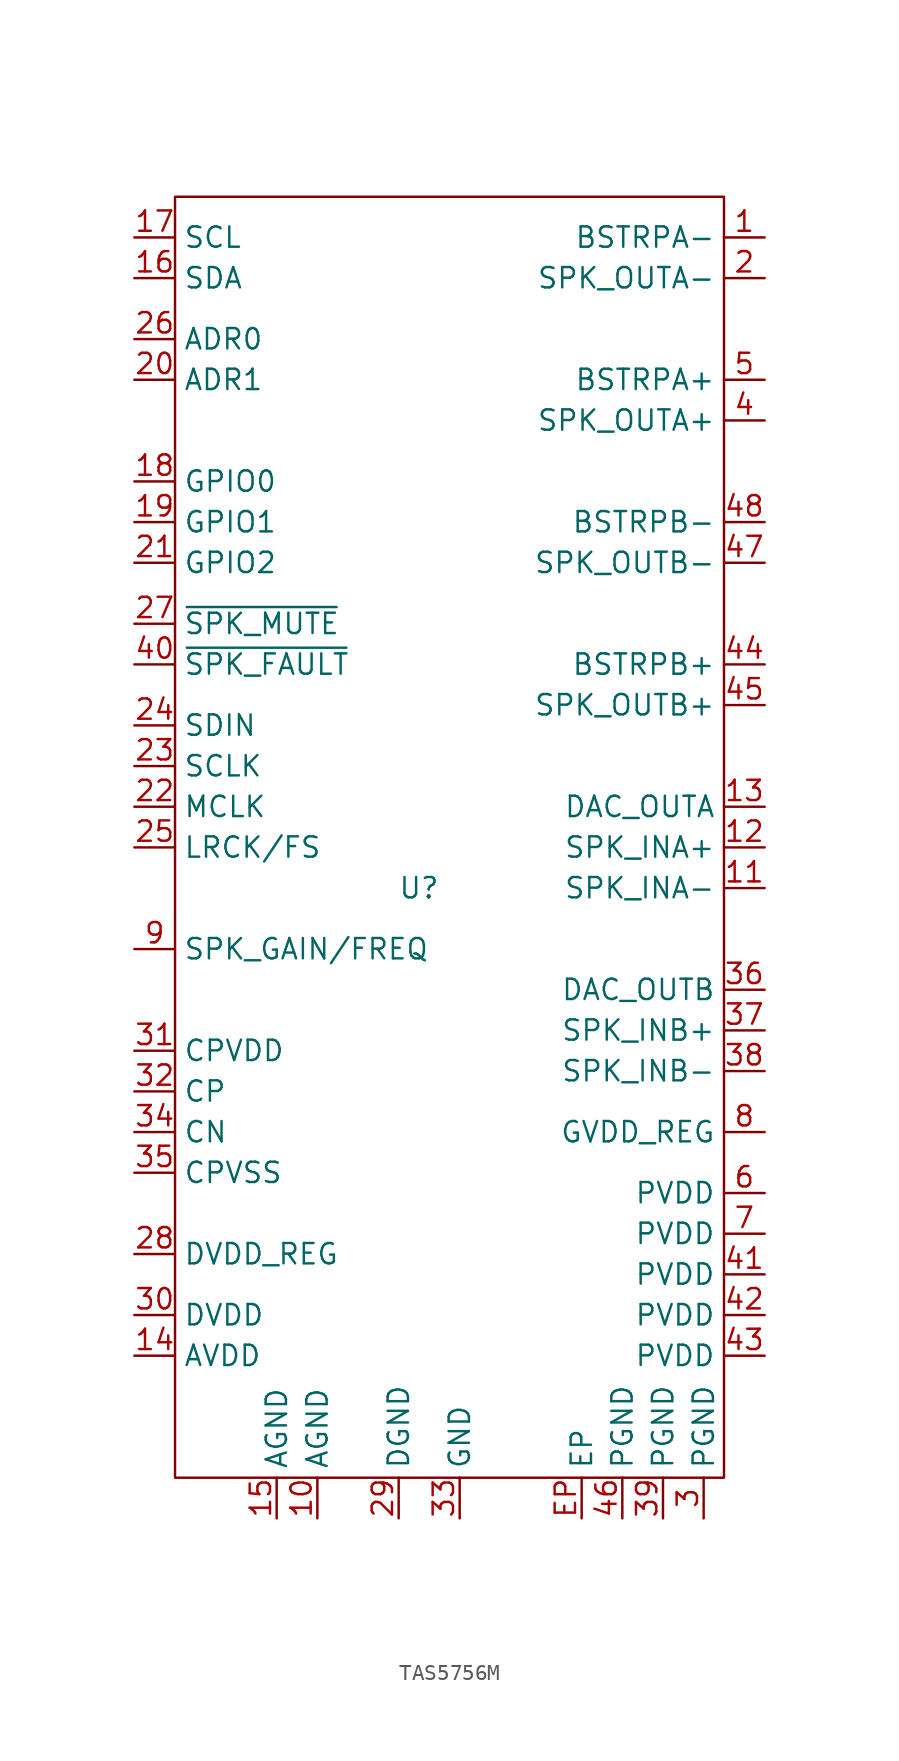
<source format=kicad_sym>
(kicad_symbol_lib
  (version 20231120)
  (generator "kicad_symbol_editor")
  (generator_version "8.0")
  (symbol "TAS5756M"
    (property "Reference" "U"
      (at 0 0 0)
      (effects (font (size 1.27 1.27))))
    (property "Value" ""
      (at 0 0 0)
      (effects (font (size 1.27 1.27))))
    (symbol "TAS5756M_0_1"
      (polyline (pts (xy -15.24 43.18) (xy -15.24 -36.83) (xy 19.05 -36.83) (xy 19.05 43.18) (xy -15.24 43.18)) (stroke (width 0) (type default)) (fill (type none))))
    (symbol "TAS5756M_1_1"
      (pin power_in line (at 21.59 40.64 180) (length 2.54) (name "BSTRPA-" (effects (font (size 1.27 1.27)))) (number "1" (effects (font (size 1.27 1.27)))))
      (pin power_in line (at -6.35 -39.37 90) (length 2.54) (name "AGND" (effects (font (size 1.27 1.27)))) (number "10" (effects (font (size 1.27 1.27)))))
      (pin input line (at 21.59 0 180) (length 2.54) (name "SPK_INA-" (effects (font (size 1.27 1.27)))) (number "11" (effects (font (size 1.27 1.27)))))
      (pin input line (at 21.59 2.54 180) (length 2.54) (name "SPK_INA+" (effects (font (size 1.27 1.27)))) (number "12" (effects (font (size 1.27 1.27)))))
      (pin output line (at 21.59 5.08 180) (length 2.54) (name "DAC_OUTA" (effects (font (size 1.27 1.27)))) (number "13" (effects (font (size 1.27 1.27)))))
      (pin power_in line (at -17.78 -29.21 0) (length 2.54) (name "AVDD" (effects (font (size 1.27 1.27)))) (number "14" (effects (font (size 1.27 1.27)))))
      (pin power_in line (at -8.89 -39.37 90) (length 2.54) (name "AGND" (effects (font (size 1.27 1.27)))) (number "15" (effects (font (size 1.27 1.27)))))
      (pin bidirectional line (at -17.78 38.1 0) (length 2.54) (name "SDA" (effects (font (size 1.27 1.27)))) (number "16" (effects (font (size 1.27 1.27)))))
      (pin input line (at -17.78 40.64 0) (length 2.54) (name "SCL" (effects (font (size 1.27 1.27)))) (number "17" (effects (font (size 1.27 1.27)))))
      (pin bidirectional line (at -17.78 25.4 0) (length 2.54) (name "GPIO0" (effects (font (size 1.27 1.27)))) (number "18" (effects (font (size 1.27 1.27)))))
      (pin bidirectional line (at -17.78 22.86 0) (length 2.54) (name "GPIO1" (effects (font (size 1.27 1.27)))) (number "19" (effects (font (size 1.27 1.27)))))
      (pin output line (at 21.59 38.1 180) (length 2.54) (name "SPK_OUTA-" (effects (font (size 1.27 1.27)))) (number "2" (effects (font (size 1.27 1.27)))))
      (pin input line (at -17.78 31.75 0) (length 2.54) (name "ADR1" (effects (font (size 1.27 1.27)))) (number "20" (effects (font (size 1.27 1.27)))))
      (pin bidirectional line (at -17.78 20.32 0) (length 2.54) (name "GPIO2" (effects (font (size 1.27 1.27)))) (number "21" (effects (font (size 1.27 1.27)))))
      (pin input line (at -17.78 5.08 0) (length 2.54) (name "MCLK" (effects (font (size 1.27 1.27)))) (number "22" (effects (font (size 1.27 1.27)))))
      (pin bidirectional line (at -17.78 7.62 0) (length 2.54) (name "SCLK" (effects (font (size 1.27 1.27)))) (number "23" (effects (font (size 1.27 1.27)))))
      (pin input line (at -17.78 10.16 0) (length 2.54) (name "SDIN" (effects (font (size 1.27 1.27)))) (number "24" (effects (font (size 1.27 1.27)))))
      (pin bidirectional line (at -17.78 2.54 0) (length 2.54) (name "LRCK/FS" (effects (font (size 1.27 1.27)))) (number "25" (effects (font (size 1.27 1.27)))))
      (pin input line (at -17.78 34.29 0) (length 2.54) (name "ADR0" (effects (font (size 1.27 1.27)))) (number "26" (effects (font (size 1.27 1.27)))))
      (pin input line (at -17.78 16.51 0) (length 2.54) (name "~{SPK_MUTE}" (effects (font (size 1.27 1.27)))) (number "27" (effects (font (size 1.27 1.27)))))
      (pin power_in line (at -17.78 -22.86 0) (length 2.54) (name "DVDD_REG" (effects (font (size 1.27 1.27)))) (number "28" (effects (font (size 1.27 1.27)))))
      (pin power_in line (at -1.27 -39.37 90) (length 2.54) (name "DGND" (effects (font (size 1.27 1.27)))) (number "29" (effects (font (size 1.27 1.27)))))
      (pin power_in line (at 17.78 -39.37 90) (length 2.54) (name "PGND" (effects (font (size 1.27 1.27)))) (number "3" (effects (font (size 1.27 1.27)))))
      (pin power_in line (at -17.78 -26.67 0) (length 2.54) (name "DVDD" (effects (font (size 1.27 1.27)))) (number "30" (effects (font (size 1.27 1.27)))))
      (pin power_in line (at -17.78 -10.16 0) (length 2.54) (name "CPVDD" (effects (font (size 1.27 1.27)))) (number "31" (effects (font (size 1.27 1.27)))))
      (pin power_in line (at -17.78 -12.7 0) (length 2.54) (name "CP" (effects (font (size 1.27 1.27)))) (number "32" (effects (font (size 1.27 1.27)))))
      (pin power_in line (at 2.54 -39.37 90) (length 2.54) (name "GND" (effects (font (size 1.27 1.27)))) (number "33" (effects (font (size 1.27 1.27)))))
      (pin power_in line (at -17.78 -15.24 0) (length 2.54) (name "CN" (effects (font (size 1.27 1.27)))) (number "34" (effects (font (size 1.27 1.27)))))
      (pin power_in line (at -17.78 -17.78 0) (length 2.54) (name "CPVSS" (effects (font (size 1.27 1.27)))) (number "35" (effects (font (size 1.27 1.27)))))
      (pin output line (at 21.59 -6.35 180) (length 2.54) (name "DAC_OUTB" (effects (font (size 1.27 1.27)))) (number "36" (effects (font (size 1.27 1.27)))))
      (pin input line (at 21.59 -8.89 180) (length 2.54) (name "SPK_INB+" (effects (font (size 1.27 1.27)))) (number "37" (effects (font (size 1.27 1.27)))))
      (pin input line (at 21.59 -11.43 180) (length 2.54) (name "SPK_INB-" (effects (font (size 1.27 1.27)))) (number "38" (effects (font (size 1.27 1.27)))))
      (pin power_in line (at 15.24 -39.37 90) (length 2.54) (name "PGND" (effects (font (size 1.27 1.27)))) (number "39" (effects (font (size 1.27 1.27)))))
      (pin output line (at 21.59 29.21 180) (length 2.54) (name "SPK_OUTA+" (effects (font (size 1.27 1.27)))) (number "4" (effects (font (size 1.27 1.27)))))
      (pin open_collector line (at -17.78 13.97 0) (length 2.54) (name "~{SPK_FAULT}" (effects (font (size 1.27 1.27)))) (number "40" (effects (font (size 1.27 1.27)))))
      (pin power_in line (at 21.59 -24.13 180) (length 2.54) (name "PVDD" (effects (font (size 1.27 1.27)))) (number "41" (effects (font (size 1.27 1.27)))))
      (pin power_in line (at 21.59 -26.67 180) (length 2.54) (name "PVDD" (effects (font (size 1.27 1.27)))) (number "42" (effects (font (size 1.27 1.27)))))
      (pin power_in line (at 21.59 -29.21 180) (length 2.54) (name "PVDD" (effects (font (size 1.27 1.27)))) (number "43" (effects (font (size 1.27 1.27)))))
      (pin power_in line (at 21.59 13.97 180) (length 2.54) (name "BSTRPB+" (effects (font (size 1.27 1.27)))) (number "44" (effects (font (size 1.27 1.27)))))
      (pin output line (at 21.59 11.43 180) (length 2.54) (name "SPK_OUTB+" (effects (font (size 1.27 1.27)))) (number "45" (effects (font (size 1.27 1.27)))))
      (pin power_in line (at 12.7 -39.37 90) (length 2.54) (name "PGND" (effects (font (size 1.27 1.27)))) (number "46" (effects (font (size 1.27 1.27)))))
      (pin output line (at 21.59 20.32 180) (length 2.54) (name "SPK_OUTB-" (effects (font (size 1.27 1.27)))) (number "47" (effects (font (size 1.27 1.27)))))
      (pin power_in line (at 21.59 22.86 180) (length 2.54) (name "BSTRPB-" (effects (font (size 1.27 1.27)))) (number "48" (effects (font (size 1.27 1.27)))))
      (pin power_in line (at 21.59 31.75 180) (length 2.54) (name "BSTRPA+" (effects (font (size 1.27 1.27)))) (number "5" (effects (font (size 1.27 1.27)))))
      (pin power_in line (at 21.59 -19.05 180) (length 2.54) (name "PVDD" (effects (font (size 1.27 1.27)))) (number "6" (effects (font (size 1.27 1.27)))))
      (pin power_in line (at 21.59 -21.59 180) (length 2.54) (name "PVDD" (effects (font (size 1.27 1.27)))) (number "7" (effects (font (size 1.27 1.27)))))
      (pin power_in line (at 21.59 -15.24 180) (length 2.54) (name "GVDD_REG" (effects (font (size 1.27 1.27)))) (number "8" (effects (font (size 1.27 1.27)))))
      (pin input line (at -17.78 -3.81 0) (length 2.54) (name "SPK_GAIN/FREQ" (effects (font (size 1.27 1.27)))) (number "9" (effects (font (size 1.27 1.27)))))
      (pin power_in line (at 10.16 -39.37 90) (length 2.54) (name "EP" (effects (font (size 1.27 1.27)))) (number "EP" (effects (font (size 1.27 1.27))))))))
</source>
